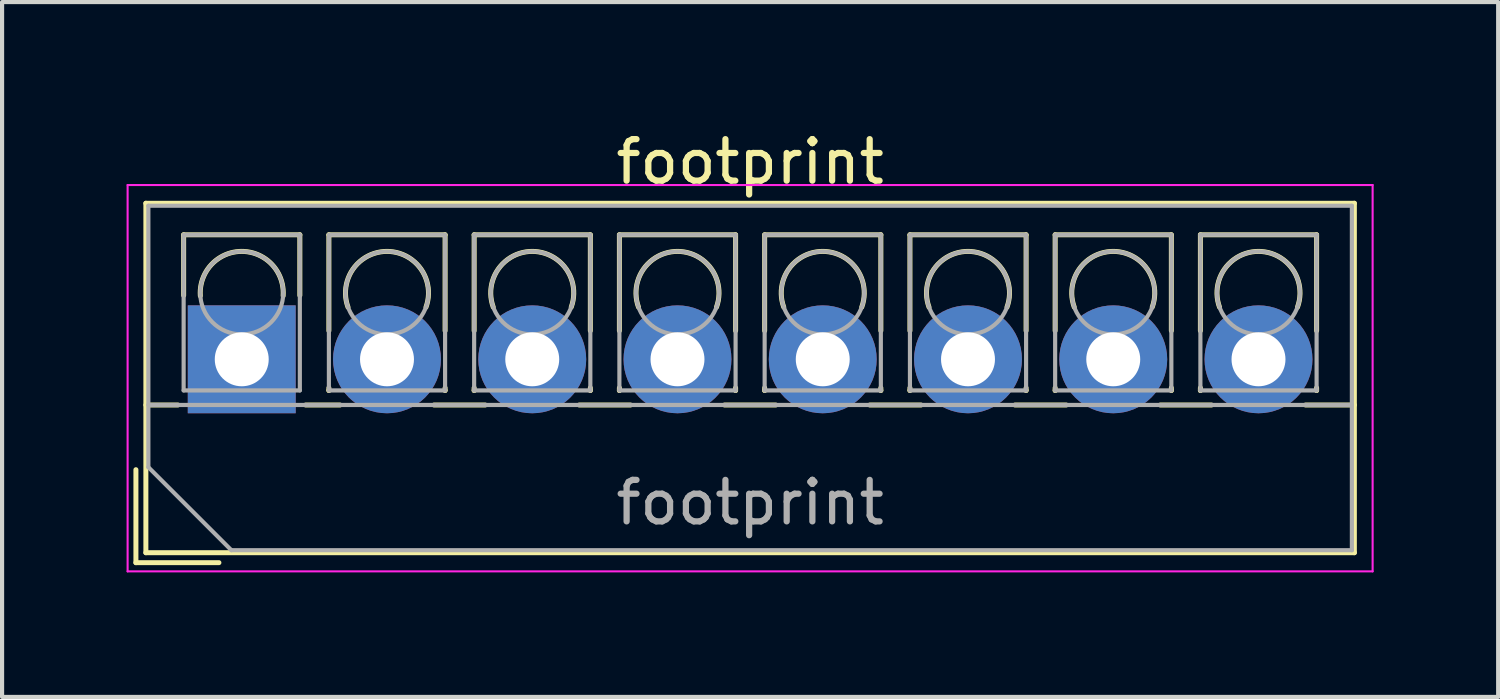
<source format=kicad_pcb>
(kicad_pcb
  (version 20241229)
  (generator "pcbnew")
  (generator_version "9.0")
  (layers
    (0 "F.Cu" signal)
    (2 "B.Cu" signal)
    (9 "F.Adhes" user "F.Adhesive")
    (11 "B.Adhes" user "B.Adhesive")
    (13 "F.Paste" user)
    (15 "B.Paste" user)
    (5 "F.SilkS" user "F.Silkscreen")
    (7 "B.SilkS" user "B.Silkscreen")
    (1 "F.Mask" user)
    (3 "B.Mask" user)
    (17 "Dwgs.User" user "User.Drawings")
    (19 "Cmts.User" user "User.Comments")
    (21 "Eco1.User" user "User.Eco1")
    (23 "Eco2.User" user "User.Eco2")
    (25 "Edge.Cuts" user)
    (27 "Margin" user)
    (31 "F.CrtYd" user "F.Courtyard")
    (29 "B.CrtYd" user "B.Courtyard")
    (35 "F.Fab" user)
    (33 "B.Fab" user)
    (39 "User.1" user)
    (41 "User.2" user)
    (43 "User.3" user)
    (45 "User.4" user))
  (footprint "footprint"
    (layer "F.Cu")
    (at 2.775 5.608)
    (property "Reference" "footprint" (at 12.25 -4.76 0) (layer "F.SilkS") (effects (font (size 1 1) (thickness 0.15))))
    (attr through_hole)
    (fp_line (start -2.55 2.66) (end -2.55 4.9) (stroke (width 0.12) (type solid)) (layer "F.SilkS"))
    (fp_line (start -2.55 4.9) (end -0.55 4.9) (stroke (width 0.12) (type solid)) (layer "F.SilkS"))
    (fp_line (start -2.31 -3.76) (end -2.31 4.66) (stroke (width 0.12) (type solid)) (layer "F.SilkS"))
    (fp_line (start -2.31 -3.76) (end 26.81 -3.76) (stroke (width 0.12) (type solid)) (layer "F.SilkS"))
    (fp_line (start -2.31 1.101) (end -1.54 1.101) (stroke (width 0.12) (type solid)) (layer "F.SilkS"))
    (fp_line (start -2.31 4.66) (end 26.81 4.66) (stroke (width 0.12) (type solid)) (layer "F.SilkS"))
    (fp_line (start -1.4 -3) (end -1.4 -1.54) (stroke (width 0.12) (type solid)) (layer "F.SilkS"))
    (fp_line (start -1.4 -3) (end 1.4 -3) (stroke (width 0.12) (type solid)) (layer "F.SilkS"))
    (fp_line (start 1.4 -3) (end 1.4 -1.54) (stroke (width 0.12) (type solid)) (layer "F.SilkS"))
    (fp_line (start 1.54 1.101) (end 2.367 1.101) (stroke (width 0.12) (type solid)) (layer "F.SilkS"))
    (fp_line (start 2.1 -3) (end 2.1 -0.689) (stroke (width 0.12) (type solid)) (layer "F.SilkS"))
    (fp_line (start 2.1 -3) (end 4.9 -3) (stroke (width 0.12) (type solid)) (layer "F.SilkS"))
    (fp_line (start 2.1 0.689) (end 2.1 0.75) (stroke (width 0.12) (type solid)) (layer "F.SilkS"))
    (fp_line (start 2.1 0.75) (end 2.101 0.75) (stroke (width 0.12) (type solid)) (layer "F.SilkS"))
    (fp_line (start 4.634 1.101) (end 5.867 1.101) (stroke (width 0.12) (type solid)) (layer "F.SilkS"))
    (fp_line (start 4.9 -3) (end 4.9 -0.689) (stroke (width 0.12) (type solid)) (layer "F.SilkS"))
    (fp_line (start 4.9 0.689) (end 4.9 0.75) (stroke (width 0.12) (type solid)) (layer "F.SilkS"))
    (fp_line (start 4.9 0.75) (end 4.9 0.75) (stroke (width 0.12) (type solid)) (layer "F.SilkS"))
    (fp_line (start 5.6 -3) (end 5.6 -0.689) (stroke (width 0.12) (type solid)) (layer "F.SilkS"))
    (fp_line (start 5.6 -3) (end 8.4 -3) (stroke (width 0.12) (type solid)) (layer "F.SilkS"))
    (fp_line (start 5.6 0.689) (end 5.6 0.75) (stroke (width 0.12) (type solid)) (layer "F.SilkS"))
    (fp_line (start 5.6 0.75) (end 5.601 0.75) (stroke (width 0.12) (type solid)) (layer "F.SilkS"))
    (fp_line (start 8.134 1.101) (end 9.367 1.101) (stroke (width 0.12) (type solid)) (layer "F.SilkS"))
    (fp_line (start 8.4 -3) (end 8.4 -0.689) (stroke (width 0.12) (type solid)) (layer "F.SilkS"))
    (fp_line (start 8.4 0.689) (end 8.4 0.75) (stroke (width 0.12) (type solid)) (layer "F.SilkS"))
    (fp_line (start 8.4 0.75) (end 8.4 0.75) (stroke (width 0.12) (type solid)) (layer "F.SilkS"))
    (fp_line (start 9.1 -3) (end 9.1 -0.689) (stroke (width 0.12) (type solid)) (layer "F.SilkS"))
    (fp_line (start 9.1 -3) (end 11.9 -3) (stroke (width 0.12) (type solid)) (layer "F.SilkS"))
    (fp_line (start 9.1 0.689) (end 9.1 0.75) (stroke (width 0.12) (type solid)) (layer "F.SilkS"))
    (fp_line (start 9.1 0.75) (end 9.101 0.75) (stroke (width 0.12) (type solid)) (layer "F.SilkS"))
    (fp_line (start 11.634 1.101) (end 12.867 1.101) (stroke (width 0.12) (type solid)) (layer "F.SilkS"))
    (fp_line (start 11.9 -3) (end 11.9 -0.689) (stroke (width 0.12) (type solid)) (layer "F.SilkS"))
    (fp_line (start 11.9 0.689) (end 11.9 0.75) (stroke (width 0.12) (type solid)) (layer "F.SilkS"))
    (fp_line (start 11.9 0.75) (end 11.9 0.75) (stroke (width 0.12) (type solid)) (layer "F.SilkS"))
    (fp_line (start 12.6 -3) (end 12.6 -0.689) (stroke (width 0.12) (type solid)) (layer "F.SilkS"))
    (fp_line (start 12.6 -3) (end 15.4 -3) (stroke (width 0.12) (type solid)) (layer "F.SilkS"))
    (fp_line (start 12.6 0.689) (end 12.6 0.75) (stroke (width 0.12) (type solid)) (layer "F.SilkS"))
    (fp_line (start 12.6 0.75) (end 12.601 0.75) (stroke (width 0.12) (type solid)) (layer "F.SilkS"))
    (fp_line (start 15.134 1.101) (end 16.367 1.101) (stroke (width 0.12) (type solid)) (layer "F.SilkS"))
    (fp_line (start 15.4 -3) (end 15.4 -0.689) (stroke (width 0.12) (type solid)) (layer "F.SilkS"))
    (fp_line (start 15.4 0.689) (end 15.4 0.75) (stroke (width 0.12) (type solid)) (layer "F.SilkS"))
    (fp_line (start 15.4 0.75) (end 15.4 0.75) (stroke (width 0.12) (type solid)) (layer "F.SilkS"))
    (fp_line (start 16.101 -3) (end 16.101 -0.689) (stroke (width 0.12) (type solid)) (layer "F.SilkS"))
    (fp_line (start 16.101 -3) (end 18.9 -3) (stroke (width 0.12) (type solid)) (layer "F.SilkS"))
    (fp_line (start 16.101 0.689) (end 16.101 0.75) (stroke (width 0.12) (type solid)) (layer "F.SilkS"))
    (fp_line (start 16.101 0.75) (end 16.101 0.75) (stroke (width 0.12) (type solid)) (layer "F.SilkS"))
    (fp_line (start 18.634 1.101) (end 19.867 1.101) (stroke (width 0.12) (type solid)) (layer "F.SilkS"))
    (fp_line (start 18.9 -3) (end 18.9 -0.689) (stroke (width 0.12) (type solid)) (layer "F.SilkS"))
    (fp_line (start 18.9 0.689) (end 18.9 0.75) (stroke (width 0.12) (type solid)) (layer "F.SilkS"))
    (fp_line (start 18.9 0.75) (end 18.9 0.75) (stroke (width 0.12) (type solid)) (layer "F.SilkS"))
    (fp_line (start 19.6 -3) (end 19.6 -0.689) (stroke (width 0.12) (type solid)) (layer "F.SilkS"))
    (fp_line (start 19.6 -3) (end 22.4 -3) (stroke (width 0.12) (type solid)) (layer "F.SilkS"))
    (fp_line (start 19.6 0.689) (end 19.6 0.75) (stroke (width 0.12) (type solid)) (layer "F.SilkS"))
    (fp_line (start 19.6 0.75) (end 19.601 0.75) (stroke (width 0.12) (type solid)) (layer "F.SilkS"))
    (fp_line (start 22.134 1.101) (end 23.367 1.101) (stroke (width 0.12) (type solid)) (layer "F.SilkS"))
    (fp_line (start 22.4 -3) (end 22.4 -0.689) (stroke (width 0.12) (type solid)) (layer "F.SilkS"))
    (fp_line (start 22.4 0.689) (end 22.4 0.75) (stroke (width 0.12) (type solid)) (layer "F.SilkS"))
    (fp_line (start 22.4 0.75) (end 22.4 0.75) (stroke (width 0.12) (type solid)) (layer "F.SilkS"))
    (fp_line (start 23.1 -3) (end 23.1 -0.689) (stroke (width 0.12) (type solid)) (layer "F.SilkS"))
    (fp_line (start 23.1 -3) (end 25.9 -3) (stroke (width 0.12) (type solid)) (layer "F.SilkS"))
    (fp_line (start 23.1 0.689) (end 23.1 0.75) (stroke (width 0.12) (type solid)) (layer "F.SilkS"))
    (fp_line (start 23.1 0.75) (end 23.101 0.75) (stroke (width 0.12) (type solid)) (layer "F.SilkS"))
    (fp_line (start 25.634 1.101) (end 26.81 1.101) (stroke (width 0.12) (type solid)) (layer "F.SilkS"))
    (fp_line (start 25.9 -3) (end 25.9 -0.689) (stroke (width 0.12) (type solid)) (layer "F.SilkS"))
    (fp_line (start 25.9 0.689) (end 25.9 0.75) (stroke (width 0.12) (type solid)) (layer "F.SilkS"))
    (fp_line (start 25.9 0.75) (end 25.9 0.75) (stroke (width 0.12) (type solid)) (layer "F.SilkS"))
    (fp_line (start 26.81 -3.76) (end 26.81 4.66) (stroke (width 0.12) (type solid)) (layer "F.SilkS"))
    (fp_arc (start -0.99789 -1.529434) (mid -0.000785 -2.600382) (end 0.998 -1.531) (stroke (width 0.12) (type solid)) (layer "F.SilkS"))
    (fp_arc (start 2.560085 -1.257767) (mid 3.499876 -2.600282) (end 4.44 -1.258) (stroke (width 0.12) (type solid)) (layer "F.SilkS"))
    (fp_arc (start 6.060085 -1.257767) (mid 6.999876 -2.600282) (end 7.94 -1.258) (stroke (width 0.12) (type solid)) (layer "F.SilkS"))
    (fp_arc (start 9.560085 -1.257767) (mid 10.499876 -2.600282) (end 11.44 -1.258) (stroke (width 0.12) (type solid)) (layer "F.SilkS"))
    (fp_arc (start 13.060085 -1.257767) (mid 13.999876 -2.600282) (end 14.94 -1.258) (stroke (width 0.12) (type solid)) (layer "F.SilkS"))
    (fp_arc (start 16.560085 -1.257767) (mid 17.499876 -2.600282) (end 18.44 -1.258) (stroke (width 0.12) (type solid)) (layer "F.SilkS"))
    (fp_arc (start 20.060085 -1.257767) (mid 20.999876 -2.600282) (end 21.94 -1.258) (stroke (width 0.12) (type solid)) (layer "F.SilkS"))
    (fp_arc (start 23.560085 -1.257767) (mid 24.499876 -2.600282) (end 25.44 -1.258) (stroke (width 0.12) (type solid)) (layer "F.SilkS"))
    (fp_line (start -2.75 -4.2) (end -2.75 5.11) (stroke (width 0.05) (type solid)) (layer "F.CrtYd"))
    (fp_line (start -2.75 5.11) (end 27.25 5.11) (stroke (width 0.05) (type solid)) (layer "F.CrtYd"))
    (fp_line (start 27.25 -4.2) (end -2.75 -4.2) (stroke (width 0.05) (type solid)) (layer "F.CrtYd"))
    (fp_line (start 27.25 5.11) (end 27.25 -4.2) (stroke (width 0.05) (type solid)) (layer "F.CrtYd"))
    (fp_line (start -2.25 -3.7) (end 26.75 -3.7) (stroke (width 0.1) (type solid)) (layer "F.Fab"))
    (fp_line (start -2.25 1.1) (end 26.75 1.1) (stroke (width 0.1) (type solid)) (layer "F.Fab"))
    (fp_line (start -2.25 2.6) (end -2.25 -3.7) (stroke (width 0.1) (type solid)) (layer "F.Fab"))
    (fp_line (start -1.4 -3) (end -1.4 0.75) (stroke (width 0.1) (type solid)) (layer "F.Fab"))
    (fp_line (start -1.4 0.75) (end 1.4 0.75) (stroke (width 0.1) (type solid)) (layer "F.Fab"))
    (fp_line (start -0.25 4.6) (end -2.25 2.6) (stroke (width 0.1) (type solid)) (layer "F.Fab"))
    (fp_line (start 1.4 -3) (end -1.4 -3) (stroke (width 0.1) (type solid)) (layer "F.Fab"))
    (fp_line (start 1.4 0.75) (end 1.4 -3) (stroke (width 0.1) (type solid)) (layer "F.Fab"))
    (fp_line (start 2.1 -3) (end 2.1 0.75) (stroke (width 0.1) (type solid)) (layer "F.Fab"))
    (fp_line (start 2.1 0.75) (end 4.9 0.75) (stroke (width 0.1) (type solid)) (layer "F.Fab"))
    (fp_line (start 4.9 -3) (end 2.1 -3) (stroke (width 0.1) (type solid)) (layer "F.Fab"))
    (fp_line (start 4.9 0.75) (end 4.9 -3) (stroke (width 0.1) (type solid)) (layer "F.Fab"))
    (fp_line (start 5.6 -3) (end 5.6 0.75) (stroke (width 0.1) (type solid)) (layer "F.Fab"))
    (fp_line (start 5.6 0.75) (end 8.4 0.75) (stroke (width 0.1) (type solid)) (layer "F.Fab"))
    (fp_line (start 8.4 -3) (end 5.6 -3) (stroke (width 0.1) (type solid)) (layer "F.Fab"))
    (fp_line (start 8.4 0.75) (end 8.4 -3) (stroke (width 0.1) (type solid)) (layer "F.Fab"))
    (fp_line (start 9.1 -3) (end 9.1 0.75) (stroke (width 0.1) (type solid)) (layer "F.Fab"))
    (fp_line (start 9.1 0.75) (end 11.9 0.75) (stroke (width 0.1) (type solid)) (layer "F.Fab"))
    (fp_line (start 11.9 -3) (end 9.1 -3) (stroke (width 0.1) (type solid)) (layer "F.Fab"))
    (fp_line (start 11.9 0.75) (end 11.9 -3) (stroke (width 0.1) (type solid)) (layer "F.Fab"))
    (fp_line (start 12.6 -3) (end 12.6 0.75) (stroke (width 0.1) (type solid)) (layer "F.Fab"))
    (fp_line (start 12.6 0.75) (end 15.4 0.75) (stroke (width 0.1) (type solid)) (layer "F.Fab"))
    (fp_line (start 15.4 -3) (end 12.6 -3) (stroke (width 0.1) (type solid)) (layer "F.Fab"))
    (fp_line (start 15.4 0.75) (end 15.4 -3) (stroke (width 0.1) (type solid)) (layer "F.Fab"))
    (fp_line (start 16.101 -3) (end 16.101 0.75) (stroke (width 0.1) (type solid)) (layer "F.Fab"))
    (fp_line (start 16.101 0.75) (end 18.9 0.75) (stroke (width 0.1) (type solid)) (layer "F.Fab"))
    (fp_line (start 18.9 -3) (end 16.101 -3) (stroke (width 0.1) (type solid)) (layer "F.Fab"))
    (fp_line (start 18.9 0.75) (end 18.9 -3) (stroke (width 0.1) (type solid)) (layer "F.Fab"))
    (fp_line (start 19.6 -3) (end 19.6 0.75) (stroke (width 0.1) (type solid)) (layer "F.Fab"))
    (fp_line (start 19.6 0.75) (end 22.4 0.75) (stroke (width 0.1) (type solid)) (layer "F.Fab"))
    (fp_line (start 22.4 -3) (end 19.6 -3) (stroke (width 0.1) (type solid)) (layer "F.Fab"))
    (fp_line (start 22.4 0.75) (end 22.4 -3) (stroke (width 0.1) (type solid)) (layer "F.Fab"))
    (fp_line (start 23.1 -3) (end 23.1 0.75) (stroke (width 0.1) (type solid)) (layer "F.Fab"))
    (fp_line (start 23.1 0.75) (end 25.9 0.75) (stroke (width 0.1) (type solid)) (layer "F.Fab"))
    (fp_line (start 25.9 -3) (end 23.1 -3) (stroke (width 0.1) (type solid)) (layer "F.Fab"))
    (fp_line (start 25.9 0.75) (end 25.9 -3) (stroke (width 0.1) (type solid)) (layer "F.Fab"))
    (fp_line (start 26.75 -3.7) (end 26.75 4.6) (stroke (width 0.1) (type solid)) (layer "F.Fab"))
    (fp_line (start 26.75 4.6) (end -0.25 4.6) (stroke (width 0.1) (type solid)) (layer "F.Fab"))
    (fp_circle (center 0 -1.6) (end 1 -1.6) (stroke (width 0.1) (type solid)) (fill no) (layer "F.Fab"))
    (fp_circle (center 3.5 -1.6) (end 4.5 -1.6) (stroke (width 0.1) (type solid)) (fill no) (layer "F.Fab"))
    (fp_circle (center 7 -1.6) (end 8 -1.6) (stroke (width 0.1) (type solid)) (fill no) (layer "F.Fab"))
    (fp_circle (center 10.5 -1.6) (end 11.5 -1.6) (stroke (width 0.1) (type solid)) (fill no) (layer "F.Fab"))
    (fp_circle (center 14 -1.6) (end 15 -1.6) (stroke (width 0.1) (type solid)) (fill no) (layer "F.Fab"))
    (fp_circle (center 17.5 -1.6) (end 18.5 -1.6) (stroke (width 0.1) (type solid)) (fill no) (layer "F.Fab"))
    (fp_circle (center 21 -1.6) (end 22 -1.6) (stroke (width 0.1) (type solid)) (fill no) (layer "F.Fab"))
    (fp_circle (center 24.5 -1.6) (end 25.5 -1.6) (stroke (width 0.1) (type solid)) (fill no) (layer "F.Fab"))
    (fp_text user "${REFERENCE}" (at 12.25 3.45 0) (layer "F.Fab") (effects (font (size 1 1) (thickness 0.15))))
    (pad "1" thru_hole rect (at 0 0) (size 2.6 2.6) (drill 1.3) (layers "*.Cu" "*.Mask"))
    (pad "2" thru_hole circle (at 3.5 0) (size 2.6 2.6) (drill 1.3) (layers "*.Cu" "*.Mask"))
    (pad "3" thru_hole circle (at 7 0) (size 2.6 2.6) (drill 1.3) (layers "*.Cu" "*.Mask"))
    (pad "4" thru_hole circle (at 10.5 0) (size 2.6 2.6) (drill 1.3) (layers "*.Cu" "*.Mask"))
    (pad "5" thru_hole circle (at 14 0) (size 2.6 2.6) (drill 1.3) (layers "*.Cu" "*.Mask"))
    (pad "6" thru_hole circle (at 17.5 0) (size 2.6 2.6) (drill 1.3) (layers "*.Cu" "*.Mask"))
    (pad "7" thru_hole circle (at 21 0) (size 2.6 2.6) (drill 1.3) (layers "*.Cu" "*.Mask"))
    (pad "8" thru_hole circle (at 24.5 0) (size 2.6 2.6) (drill 1.3) (layers "*.Cu" "*.Mask")))
  (gr_rect
    (start -3 -3)
    (end 33.05 13.743)
    (stroke (width 0.1) (type default))
    (fill no)
    (layer "Edge.Cuts")))
</source>
